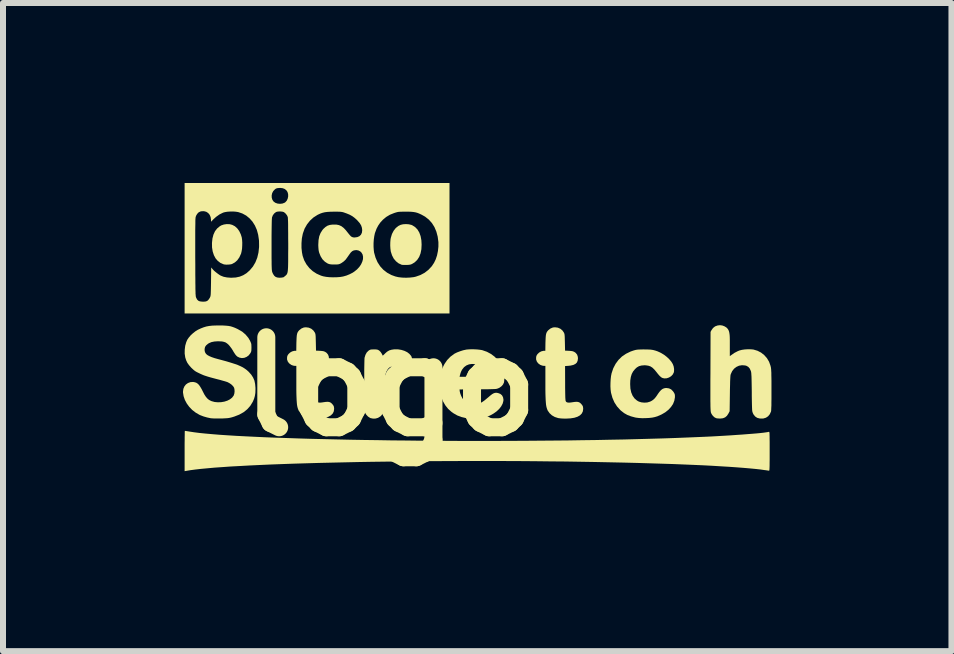
<source format=kicad_pcb>
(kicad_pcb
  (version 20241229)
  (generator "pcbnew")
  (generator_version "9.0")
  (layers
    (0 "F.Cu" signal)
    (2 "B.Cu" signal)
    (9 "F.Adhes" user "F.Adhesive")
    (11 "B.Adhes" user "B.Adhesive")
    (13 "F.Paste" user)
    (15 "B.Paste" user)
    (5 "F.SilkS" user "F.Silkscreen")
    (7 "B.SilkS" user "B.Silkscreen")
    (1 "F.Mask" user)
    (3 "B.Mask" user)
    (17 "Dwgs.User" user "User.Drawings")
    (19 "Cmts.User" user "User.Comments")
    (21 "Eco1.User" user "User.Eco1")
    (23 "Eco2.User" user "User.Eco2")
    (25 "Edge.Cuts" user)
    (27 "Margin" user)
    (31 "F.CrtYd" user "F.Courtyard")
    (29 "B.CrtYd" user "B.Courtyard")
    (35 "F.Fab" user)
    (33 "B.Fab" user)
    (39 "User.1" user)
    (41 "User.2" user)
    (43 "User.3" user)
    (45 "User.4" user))
  (footprint "logo"
    (layer "F.Cu")
    (at 3.46 3.393)
    (property "Reference" "logo" (at 0 0 0) (layer "F.SilkS") (effects (font (size 1.5 1.5) (thickness 0.3))))
    (attr board_only exclude_from_pos_files exclude_from_bom)
    (fp_poly (pts (xy -2.68 -2.706) (xy -2.639 -2.695) (xy -2.595 -2.672) (xy -2.556 -2.637) (xy -2.523 -2.592) (xy -2.497 -2.538) (xy -2.481 -2.487) (xy -2.475 -2.446) (xy -2.472 -2.398) (xy -2.473 -2.347) (xy -2.476 -2.296) (xy -2.484 -2.25) (xy -2.493 -2.213) (xy -2.494 -2.212) (xy -2.521 -2.153) (xy -2.556 -2.104) (xy -2.597 -2.068) (xy -2.645 -2.043) (xy -2.648 -2.041) (xy -2.673 -2.036) (xy -2.705 -2.033) (xy -2.739 -2.032) (xy -2.769 -2.035) (xy -2.783 -2.038) (xy -2.835 -2.06) (xy -2.88 -2.094) (xy -2.917 -2.137) (xy -2.945 -2.19) (xy -2.965 -2.251) (xy -2.976 -2.319) (xy -2.977 -2.394) (xy -2.977 -2.394) (xy -2.969 -2.469) (xy -2.952 -2.534) (xy -2.926 -2.59) (xy -2.891 -2.635) (xy -2.848 -2.671) (xy -2.823 -2.686) (xy -2.779 -2.701) (xy -2.73 -2.708)) (stroke (width 0) (type solid)) (fill yes) (layer "F.SilkS"))
    (fp_poly (pts (xy 0.302 -2.705) (xy 0.345 -2.695) (xy 0.362 -2.688) (xy 0.409 -2.658) (xy 0.448 -2.618) (xy 0.478 -2.568) (xy 0.5 -2.508) (xy 0.513 -2.439) (xy 0.517 -2.367) (xy 0.513 -2.288) (xy 0.499 -2.219) (xy 0.476 -2.16) (xy 0.443 -2.11) (xy 0.402 -2.071) (xy 0.365 -2.048) (xy 0.345 -2.038) (xy 0.325 -2.032) (xy 0.302 -2.029) (xy 0.271 -2.027) (xy 0.264 -2.027) (xy 0.234 -2.027) (xy 0.207 -2.028) (xy 0.188 -2.029) (xy 0.183 -2.031) (xy 0.133 -2.054) (xy 0.089 -2.089) (xy 0.052 -2.133) (xy 0.024 -2.187) (xy 0.004 -2.249) (xy 0.003 -2.254) (xy -0.003 -2.299) (xy -0.006 -2.351) (xy -0.005 -2.404) (xy -0.001 -2.454) (xy 0.004 -2.48) (xy 0.023 -2.543) (xy 0.051 -2.597) (xy 0.086 -2.642) (xy 0.128 -2.676) (xy 0.166 -2.695) (xy 0.207 -2.705) (xy 0.254 -2.708)) (stroke (width 0) (type solid)) (fill yes) (layer "F.SilkS"))
    (fp_poly (pts (xy 0.127 -0.62) (xy 0.181 -0.611) (xy 0.232 -0.595) (xy 0.277 -0.573) (xy 0.313 -0.545) (xy 0.34 -0.514) (xy 0.35 -0.496) (xy 0.357 -0.468) (xy 0.358 -0.435) (xy 0.355 -0.402) (xy 0.35 -0.384) (xy 0.334 -0.36) (xy 0.31 -0.336) (xy 0.283 -0.316) (xy 0.257 -0.305) (xy 0.241 -0.301) (xy 0.224 -0.301) (xy 0.202 -0.305) (xy 0.174 -0.312) (xy 0.119 -0.326) (xy 0.074 -0.334) (xy 0.039 -0.336) (xy 0.01 -0.332) (xy -0.013 -0.322) (xy -0.033 -0.305) (xy -0.051 -0.283) (xy -0.065 -0.258) (xy -0.077 -0.229) (xy -0.087 -0.194) (xy -0.094 -0.152) (xy -0.1 -0.101) (xy -0.104 -0.041) (xy -0.107 0.029) (xy -0.108 0.111) (xy -0.108 0.149) (xy -0.109 0.222) (xy -0.11 0.284) (xy -0.112 0.334) (xy -0.116 0.375) (xy -0.121 0.409) (xy -0.128 0.435) (xy -0.137 0.457) (xy -0.148 0.474) (xy -0.162 0.49) (xy -0.173 0.499) (xy -0.209 0.521) (xy -0.25 0.533) (xy -0.293 0.534) (xy -0.333 0.526) (xy -0.342 0.522) (xy -0.376 0.5) (xy -0.406 0.468) (xy -0.425 0.437) (xy -0.427 0.43) (xy -0.429 0.423) (xy -0.431 0.413) (xy -0.433 0.399) (xy -0.434 0.381) (xy -0.435 0.357) (xy -0.436 0.326) (xy -0.436 0.288) (xy -0.437 0.241) (xy -0.438 0.184) (xy -0.438 0.117) (xy -0.438 0.037) (xy -0.439 -0.016) (xy -0.439 -0.115) (xy -0.439 -0.203) (xy -0.439 -0.279) (xy -0.438 -0.344) (xy -0.437 -0.397) (xy -0.436 -0.438) (xy -0.435 -0.466) (xy -0.434 -0.48) (xy -0.419 -0.529) (xy -0.397 -0.569) (xy -0.367 -0.599) (xy -0.366 -0.599) (xy -0.351 -0.609) (xy -0.337 -0.615) (xy -0.321 -0.618) (xy -0.298 -0.619) (xy -0.278 -0.62) (xy -0.248 -0.619) (xy -0.228 -0.617) (xy -0.212 -0.613) (xy -0.198 -0.605) (xy -0.192 -0.602) (xy -0.168 -0.579) (xy -0.149 -0.551) (xy -0.139 -0.532) (xy -0.133 -0.519) (xy -0.131 -0.516) (xy -0.126 -0.519) (xy -0.114 -0.53) (xy -0.097 -0.546) (xy -0.094 -0.55) (xy -0.059 -0.581) (xy -0.024 -0.602) (xy 0.015 -0.614) (xy 0.062 -0.621) (xy 0.071 -0.621)) (stroke (width 0) (type solid)) (fill yes) (layer "F.SilkS"))
    (fp_poly (pts (xy -1.364 -0.982) (xy -1.322 -0.964) (xy -1.287 -0.935) (xy -1.268 -0.908) (xy -1.261 -0.897) (xy -1.257 -0.887) (xy -1.253 -0.875) (xy -1.251 -0.859) (xy -1.249 -0.838) (xy -1.248 -0.809) (xy -1.247 -0.769) (xy -1.246 -0.738) (xy -1.243 -0.599) (xy -1.178 -0.596) (xy -1.141 -0.593) (xy -1.113 -0.588) (xy -1.092 -0.579) (xy -1.073 -0.567) (xy -1.064 -0.559) (xy -1.042 -0.532) (xy -1.03 -0.498) (xy -1.028 -0.471) (xy -1.033 -0.432) (xy -1.046 -0.401) (xy -1.07 -0.378) (xy -1.104 -0.361) (xy -1.15 -0.35) (xy -1.185 -0.346) (xy -1.243 -0.342) (xy -1.242 -0.061) (xy -1.242 0.019) (xy -1.241 0.087) (xy -1.24 0.141) (xy -1.239 0.184) (xy -1.237 0.214) (xy -1.235 0.233) (xy -1.234 0.239) (xy -1.225 0.254) (xy -1.211 0.263) (xy -1.191 0.267) (xy -1.163 0.267) (xy -1.124 0.262) (xy -1.12 0.261) (xy -1.076 0.255) (xy -1.043 0.254) (xy -1.017 0.259) (xy -0.996 0.269) (xy -0.977 0.286) (xy -0.957 0.31) (xy -0.946 0.331) (xy -0.942 0.356) (xy -0.941 0.372) (xy -0.947 0.414) (xy -0.965 0.45) (xy -0.995 0.48) (xy -1.036 0.503) (xy -1.089 0.52) (xy -1.153 0.53) (xy -1.228 0.534) (xy -1.241 0.534) (xy -1.277 0.533) (xy -1.313 0.531) (xy -1.344 0.527) (xy -1.358 0.525) (xy -1.414 0.507) (xy -1.463 0.479) (xy -1.502 0.443) (xy -1.532 0.4) (xy -1.534 0.396) (xy -1.542 0.376) (xy -1.549 0.355) (xy -1.555 0.331) (xy -1.56 0.302) (xy -1.563 0.269) (xy -1.566 0.228) (xy -1.568 0.18) (xy -1.57 0.122) (xy -1.571 0.053) (xy -1.571 -0.027) (xy -1.571 -0.059) (xy -1.571 -0.345) (xy -1.597 -0.345) (xy -1.622 -0.349) (xy -1.65 -0.359) (xy -1.659 -0.364) (xy -1.692 -0.388) (xy -1.714 -0.418) (xy -1.726 -0.454) (xy -1.725 -0.491) (xy -1.72 -0.513) (xy -1.702 -0.542) (xy -1.675 -0.567) (xy -1.642 -0.586) (xy -1.607 -0.595) (xy -1.597 -0.596) (xy -1.572 -0.596) (xy -1.57 -0.73) (xy -1.568 -0.782) (xy -1.566 -0.823) (xy -1.563 -0.855) (xy -1.558 -0.88) (xy -1.551 -0.9) (xy -1.542 -0.916) (xy -1.529 -0.932) (xy -1.522 -0.94) (xy -1.486 -0.968) (xy -1.445 -0.985) (xy -1.411 -0.988)) (stroke (width 0) (type solid)) (fill yes) (layer "F.SilkS"))
    (fp_poly (pts (xy 2.787 -0.982) (xy 2.829 -0.964) (xy 2.864 -0.935) (xy 2.883 -0.908) (xy 2.89 -0.897) (xy 2.894 -0.887) (xy 2.898 -0.875) (xy 2.9 -0.859) (xy 2.902 -0.838) (xy 2.903 -0.809) (xy 2.904 -0.769) (xy 2.905 -0.738) (xy 2.908 -0.599) (xy 2.973 -0.596) (xy 3.01 -0.593) (xy 3.038 -0.588) (xy 3.059 -0.579) (xy 3.078 -0.567) (xy 3.087 -0.559) (xy 3.109 -0.532) (xy 3.12 -0.498) (xy 3.123 -0.471) (xy 3.118 -0.432) (xy 3.105 -0.401) (xy 3.081 -0.378) (xy 3.047 -0.361) (xy 3.001 -0.35) (xy 2.966 -0.346) (xy 2.908 -0.342) (xy 2.909 -0.061) (xy 2.909 0.019) (xy 2.91 0.086) (xy 2.911 0.14) (xy 2.912 0.182) (xy 2.914 0.212) (xy 2.916 0.231) (xy 2.917 0.239) (xy 2.926 0.254) (xy 2.94 0.263) (xy 2.96 0.267) (xy 2.988 0.267) (xy 3.027 0.262) (xy 3.031 0.261) (xy 3.075 0.255) (xy 3.108 0.254) (xy 3.134 0.259) (xy 3.155 0.269) (xy 3.174 0.286) (xy 3.194 0.31) (xy 3.205 0.331) (xy 3.209 0.356) (xy 3.21 0.372) (xy 3.204 0.414) (xy 3.186 0.45) (xy 3.156 0.48) (xy 3.115 0.503) (xy 3.062 0.52) (xy 2.998 0.53) (xy 2.923 0.534) (xy 2.909 0.534) (xy 2.874 0.533) (xy 2.838 0.531) (xy 2.807 0.527) (xy 2.793 0.525) (xy 2.737 0.507) (xy 2.688 0.479) (xy 2.649 0.443) (xy 2.619 0.4) (xy 2.617 0.396) (xy 2.609 0.376) (xy 2.602 0.355) (xy 2.596 0.331) (xy 2.591 0.302) (xy 2.588 0.269) (xy 2.585 0.228) (xy 2.583 0.18) (xy 2.581 0.122) (xy 2.58 0.053) (xy 2.58 -0.027) (xy 2.58 -0.059) (xy 2.58 -0.345) (xy 2.554 -0.345) (xy 2.529 -0.349) (xy 2.501 -0.359) (xy 2.491 -0.364) (xy 2.459 -0.388) (xy 2.437 -0.418) (xy 2.425 -0.454) (xy 2.426 -0.491) (xy 2.431 -0.513) (xy 2.449 -0.542) (xy 2.476 -0.567) (xy 2.509 -0.586) (xy 2.544 -0.595) (xy 2.554 -0.596) (xy 2.579 -0.596) (xy 2.581 -0.73) (xy 2.583 -0.782) (xy 2.585 -0.823) (xy 2.588 -0.855) (xy 2.593 -0.88) (xy 2.6 -0.9) (xy 2.609 -0.916) (xy 2.622 -0.932) (xy 2.629 -0.94) (xy 2.665 -0.968) (xy 2.706 -0.985) (xy 2.74 -0.988)) (stroke (width 0) (type solid)) (fill yes) (layer "F.SilkS"))
    (fp_poly (pts (xy 4.284 -0.618) (xy 4.332 -0.616) (xy 4.374 -0.61) (xy 4.412 -0.6) (xy 4.45 -0.587) (xy 4.492 -0.568) (xy 4.513 -0.557) (xy 4.559 -0.529) (xy 4.604 -0.494) (xy 4.645 -0.455) (xy 4.679 -0.415) (xy 4.703 -0.376) (xy 4.718 -0.336) (xy 4.725 -0.293) (xy 4.724 -0.254) (xy 4.72 -0.234) (xy 4.702 -0.2) (xy 4.675 -0.172) (xy 4.64 -0.151) (xy 4.602 -0.138) (xy 4.563 -0.136) (xy 4.532 -0.143) (xy 4.51 -0.155) (xy 4.485 -0.177) (xy 4.456 -0.21) (xy 4.431 -0.242) (xy 4.396 -0.284) (xy 4.364 -0.315) (xy 4.331 -0.336) (xy 4.295 -0.348) (xy 4.254 -0.354) (xy 4.232 -0.355) (xy 4.182 -0.351) (xy 4.14 -0.34) (xy 4.104 -0.319) (xy 4.074 -0.291) (xy 4.042 -0.252) (xy 4.019 -0.209) (xy 4.004 -0.16) (xy 3.995 -0.102) (xy 3.993 -0.041) (xy 3.997 0.034) (xy 4.011 0.098) (xy 4.034 0.153) (xy 4.066 0.198) (xy 4.107 0.233) (xy 4.137 0.25) (xy 4.18 0.263) (xy 4.229 0.268) (xy 4.278 0.265) (xy 4.322 0.252) (xy 4.327 0.25) (xy 4.354 0.236) (xy 4.377 0.22) (xy 4.398 0.201) (xy 4.42 0.175) (xy 4.445 0.14) (xy 4.452 0.128) (xy 4.481 0.088) (xy 4.507 0.059) (xy 4.532 0.04) (xy 4.558 0.029) (xy 4.587 0.024) (xy 4.598 0.024) (xy 4.64 0.03) (xy 4.676 0.047) (xy 4.706 0.077) (xy 4.719 0.095) (xy 4.731 0.116) (xy 4.737 0.133) (xy 4.739 0.152) (xy 4.739 0.177) (xy 4.739 0.179) (xy 4.729 0.235) (xy 4.708 0.289) (xy 4.674 0.34) (xy 4.631 0.387) (xy 4.578 0.429) (xy 4.516 0.465) (xy 4.448 0.495) (xy 4.405 0.508) (xy 4.362 0.517) (xy 4.31 0.523) (xy 4.252 0.526) (xy 4.194 0.527) (xy 4.14 0.524) (xy 4.092 0.518) (xy 4.076 0.515) (xy 4.006 0.496) (xy 3.946 0.473) (xy 3.893 0.443) (xy 3.844 0.405) (xy 3.829 0.392) (xy 3.774 0.331) (xy 3.73 0.263) (xy 3.697 0.187) (xy 3.674 0.103) (xy 3.673 0.098) (xy 3.667 0.051) (xy 3.664 -0.004) (xy 3.665 -0.063) (xy 3.668 -0.121) (xy 3.674 -0.175) (xy 3.683 -0.22) (xy 3.711 -0.304) (xy 3.75 -0.379) (xy 3.798 -0.444) (xy 3.856 -0.501) (xy 3.924 -0.547) (xy 4 -0.584) (xy 4.046 -0.6) (xy 4.07 -0.607) (xy 4.09 -0.612) (xy 4.111 -0.615) (xy 4.134 -0.617) (xy 4.164 -0.618) (xy 4.202 -0.619) (xy 4.225 -0.619)) (stroke (width 0) (type solid)) (fill yes) (layer "F.SilkS"))
    (fp_poly (pts (xy 5.529 -1.018) (xy 5.566 -1.004) (xy 5.598 -0.984) (xy 5.619 -0.962) (xy 5.629 -0.946) (xy 5.637 -0.929) (xy 5.643 -0.91) (xy 5.647 -0.888) (xy 5.651 -0.859) (xy 5.653 -0.824) (xy 5.654 -0.779) (xy 5.654 -0.723) (xy 5.654 -0.689) (xy 5.654 -0.507) (xy 5.673 -0.521) (xy 5.73 -0.561) (xy 5.786 -0.59) (xy 5.813 -0.601) (xy 5.855 -0.612) (xy 5.905 -0.619) (xy 5.958 -0.622) (xy 6.008 -0.621) (xy 6.048 -0.617) (xy 6.115 -0.597) (xy 6.175 -0.566) (xy 6.228 -0.524) (xy 6.273 -0.473) (xy 6.308 -0.414) (xy 6.332 -0.347) (xy 6.336 -0.33) (xy 6.339 -0.317) (xy 6.341 -0.302) (xy 6.343 -0.283) (xy 6.344 -0.26) (xy 6.346 -0.231) (xy 6.346 -0.195) (xy 6.347 -0.15) (xy 6.348 -0.096) (xy 6.348 -0.03) (xy 6.348 0.047) (xy 6.348 0.054) (xy 6.348 0.137) (xy 6.348 0.208) (xy 6.347 0.267) (xy 6.347 0.315) (xy 6.345 0.352) (xy 6.344 0.381) (xy 6.343 0.401) (xy 6.341 0.414) (xy 6.34 0.417) (xy 6.32 0.461) (xy 6.292 0.495) (xy 6.256 0.519) (xy 6.213 0.532) (xy 6.202 0.533) (xy 6.152 0.532) (xy 6.11 0.521) (xy 6.077 0.499) (xy 6.05 0.466) (xy 6.039 0.445) (xy 6.036 0.437) (xy 6.033 0.428) (xy 6.03 0.419) (xy 6.028 0.407) (xy 6.026 0.392) (xy 6.025 0.371) (xy 6.024 0.345) (xy 6.023 0.311) (xy 6.022 0.268) (xy 6.021 0.216) (xy 6.02 0.152) (xy 6.02 0.091) (xy 6.019 0.017) (xy 6.018 -0.046) (xy 6.017 -0.097) (xy 6.016 -0.139) (xy 6.015 -0.173) (xy 6.013 -0.199) (xy 6.012 -0.219) (xy 6.01 -0.235) (xy 6.008 -0.247) (xy 6.005 -0.257) (xy 6.003 -0.263) (xy 5.985 -0.302) (xy 5.962 -0.328) (xy 5.931 -0.346) (xy 5.909 -0.352) (xy 5.857 -0.356) (xy 5.808 -0.348) (xy 5.764 -0.328) (xy 5.725 -0.298) (xy 5.693 -0.257) (xy 5.67 -0.207) (xy 5.668 -0.2) (xy 5.665 -0.187) (xy 5.663 -0.163) (xy 5.661 -0.129) (xy 5.659 -0.084) (xy 5.658 -0.027) (xy 5.656 0.043) (xy 5.655 0.119) (xy 5.651 0.411) (xy 5.63 0.451) (xy 5.606 0.487) (xy 5.576 0.513) (xy 5.539 0.528) (xy 5.496 0.533) (xy 5.468 0.532) (xy 5.442 0.53) (xy 5.424 0.526) (xy 5.396 0.511) (xy 5.37 0.486) (xy 5.349 0.456) (xy 5.34 0.435) (xy 5.338 0.429) (xy 5.337 0.421) (xy 5.335 0.41) (xy 5.334 0.395) (xy 5.333 0.377) (xy 5.332 0.353) (xy 5.331 0.324) (xy 5.331 0.288) (xy 5.33 0.244) (xy 5.33 0.192) (xy 5.33 0.131) (xy 5.33 0.06) (xy 5.33 -0.022) (xy 5.33 -0.116) (xy 5.331 -0.222) (xy 5.331 -0.254) (xy 5.333 -0.911) (xy 5.347 -0.938) (xy 5.374 -0.976) (xy 5.408 -1.003) (xy 5.449 -1.018) (xy 5.49 -1.023)) (stroke (width 0) (type solid)) (fill yes) (layer "F.SilkS"))
    (fp_poly (pts (xy 1.399 -0.621) (xy 1.448 -0.618) (xy 1.492 -0.613) (xy 1.528 -0.607) (xy 1.53 -0.606) (xy 1.605 -0.58) (xy 1.674 -0.543) (xy 1.735 -0.497) (xy 1.788 -0.443) (xy 1.831 -0.382) (xy 1.864 -0.314) (xy 1.886 -0.242) (xy 1.896 -0.167) (xy 1.896 -0.149) (xy 1.895 -0.118) (xy 1.893 -0.09) (xy 1.89 -0.068) (xy 1.889 -0.066) (xy 1.873 -0.033) (xy 1.847 -0.004) (xy 1.814 0.02) (xy 1.796 0.028) (xy 1.786 0.032) (xy 1.777 0.035) (xy 1.766 0.038) (xy 1.753 0.04) (xy 1.737 0.041) (xy 1.715 0.042) (xy 1.686 0.043) (xy 1.65 0.044) (xy 1.605 0.045) (xy 1.549 0.045) (xy 1.482 0.046) (xy 1.453 0.046) (xy 1.149 0.048) (xy 1.153 0.083) (xy 1.162 0.118) (xy 1.177 0.157) (xy 1.197 0.195) (xy 1.218 0.225) (xy 1.245 0.248) (xy 1.28 0.269) (xy 1.318 0.285) (xy 1.355 0.294) (xy 1.356 0.295) (xy 1.402 0.295) (xy 1.451 0.287) (xy 1.498 0.272) (xy 1.518 0.263) (xy 1.537 0.251) (xy 1.564 0.232) (xy 1.593 0.208) (xy 1.623 0.183) (xy 1.628 0.179) (xy 1.664 0.148) (xy 1.693 0.126) (xy 1.718 0.112) (xy 1.74 0.105) (xy 1.762 0.103) (xy 1.787 0.107) (xy 1.792 0.108) (xy 1.829 0.122) (xy 1.857 0.146) (xy 1.874 0.178) (xy 1.881 0.216) (xy 1.88 0.238) (xy 1.868 0.284) (xy 1.844 0.329) (xy 1.81 0.373) (xy 1.766 0.414) (xy 1.714 0.451) (xy 1.656 0.483) (xy 1.594 0.508) (xy 1.566 0.516) (xy 1.53 0.523) (xy 1.484 0.528) (xy 1.433 0.532) (xy 1.38 0.533) (xy 1.329 0.532) (xy 1.284 0.529) (xy 1.255 0.525) (xy 1.179 0.507) (xy 1.111 0.481) (xy 1.048 0.445) (xy 1.018 0.424) (xy 0.961 0.374) (xy 0.913 0.314) (xy 0.873 0.245) (xy 0.843 0.168) (xy 0.823 0.084) (xy 0.814 -0.006) (xy 0.813 -0.046) (xy 0.818 -0.137) (xy 0.823 -0.163) (xy 1.15 -0.163) (xy 1.364 -0.163) (xy 1.416 -0.163) (xy 1.464 -0.163) (xy 1.505 -0.164) (xy 1.539 -0.164) (xy 1.563 -0.165) (xy 1.576 -0.166) (xy 1.578 -0.167) (xy 1.576 -0.175) (xy 1.572 -0.192) (xy 1.567 -0.212) (xy 1.548 -0.266) (xy 1.522 -0.308) (xy 1.487 -0.341) (xy 1.456 -0.358) (xy 1.406 -0.374) (xy 1.356 -0.377) (xy 1.307 -0.37) (xy 1.263 -0.352) (xy 1.224 -0.323) (xy 1.194 -0.285) (xy 1.193 -0.284) (xy 1.181 -0.262) (xy 1.172 -0.242) (xy 1.164 -0.219) (xy 1.156 -0.188) (xy 1.154 -0.181) (xy 1.15 -0.163) (xy 0.823 -0.163) (xy 0.835 -0.223) (xy 0.861 -0.303) (xy 0.898 -0.376) (xy 0.943 -0.442) (xy 0.997 -0.498) (xy 1.059 -0.544) (xy 1.065 -0.548) (xy 1.107 -0.569) (xy 1.157 -0.588) (xy 1.21 -0.605) (xy 1.261 -0.616) (xy 1.266 -0.617) (xy 1.304 -0.62) (xy 1.349 -0.622)) (stroke (width 0) (type solid)) (fill yes) (layer "F.SilkS"))
    (fp_poly (pts (xy -3.421 0.739) (xy -3.402 0.742) (xy -3.376 0.746) (xy -3.346 0.751) (xy -3.273 0.762) (xy -3.187 0.773) (xy -3.088 0.783) (xy -2.977 0.793) (xy -2.855 0.803) (xy -2.721 0.812) (xy -2.578 0.821) (xy -2.424 0.829) (xy -2.261 0.837) (xy -2.088 0.845) (xy -1.908 0.852) (xy -1.719 0.858) (xy -1.523 0.865) (xy -1.32 0.871) (xy -1.11 0.876) (xy -0.895 0.881) (xy -0.674 0.886) (xy -0.448 0.89) (xy -0.217 0.893) (xy 0.017 0.897) (xy 0.254 0.899) (xy 0.495 0.902) (xy 0.738 0.903) (xy 0.983 0.905) (xy 1.229 0.906) (xy 1.476 0.906) (xy 1.724 0.906) (xy 1.971 0.905) (xy 2.218 0.904) (xy 2.464 0.902) (xy 2.708 0.9) (xy 2.95 0.898) (xy 3.189 0.894) (xy 3.425 0.891) (xy 3.657 0.886) (xy 3.885 0.882) (xy 4.109 0.876) (xy 4.327 0.87) (xy 4.54 0.864) (xy 4.746 0.857) (xy 4.946 0.849) (xy 5.138 0.841) (xy 5.255 0.836) (xy 5.36 0.831) (xy 5.465 0.825) (xy 5.569 0.819) (xy 5.669 0.813) (xy 5.766 0.806) (xy 5.858 0.8) (xy 5.945 0.793) (xy 6.024 0.787) (xy 6.097 0.781) (xy 6.16 0.775) (xy 6.214 0.769) (xy 6.257 0.763) (xy 6.289 0.758) (xy 6.306 0.754) (xy 6.309 0.754) (xy 6.311 0.756) (xy 6.313 0.761) (xy 6.314 0.771) (xy 6.316 0.786) (xy 6.316 0.807) (xy 6.317 0.836) (xy 6.317 0.874) (xy 6.318 0.922) (xy 6.318 0.981) (xy 6.318 1.052) (xy 6.318 1.076) (xy 6.318 1.153) (xy 6.318 1.217) (xy 6.317 1.27) (xy 6.317 1.312) (xy 6.316 1.345) (xy 6.315 1.369) (xy 6.314 1.386) (xy 6.312 1.396) (xy 6.31 1.401) (xy 6.309 1.402) (xy 6.298 1.401) (xy 6.278 1.398) (xy 6.251 1.394) (xy 6.234 1.392) (xy 6.165 1.382) (xy 6.083 1.373) (xy 5.989 1.364) (xy 5.884 1.355) (xy 5.767 1.346) (xy 5.64 1.337) (xy 5.504 1.329) (xy 5.359 1.32) (xy 5.205 1.312) (xy 5.044 1.305) (xy 4.875 1.298) (xy 4.701 1.291) (xy 4.574 1.287) (xy 4.348 1.28) (xy 4.118 1.273) (xy 3.882 1.267) (xy 3.643 1.262) (xy 3.401 1.257) (xy 3.156 1.253) (xy 2.908 1.249) (xy 2.658 1.247) (xy 2.407 1.244) (xy 2.155 1.242) (xy 1.902 1.241) (xy 1.65 1.24) (xy 1.398 1.24) (xy 1.146 1.241) (xy 0.897 1.242) (xy 0.649 1.243) (xy 0.403 1.245) (xy 0.161 1.248) (xy -0.079 1.251) (xy -0.314 1.254) (xy -0.545 1.258) (xy -0.771 1.263) (xy -0.992 1.268) (xy -1.207 1.273) (xy -1.416 1.279) (xy -1.618 1.285) (xy -1.813 1.292) (xy -2 1.299) (xy -2.179 1.307) (xy -2.349 1.315) (xy -2.51 1.324) (xy -2.662 1.332) (xy -2.803 1.342) (xy -2.933 1.351) (xy -3.053 1.362) (xy -3.161 1.372) (xy -3.257 1.383) (xy -3.34 1.394) (xy -3.41 1.406) (xy -3.411 1.406) (xy -3.433 1.41) (xy -3.433 1.074) (xy -3.433 1.008) (xy -3.433 0.946) (xy -3.432 0.89) (xy -3.432 0.841) (xy -3.431 0.8) (xy -3.431 0.768) (xy -3.43 0.747) (xy -3.429 0.738) (xy -3.429 0.738)) (stroke (width 0) (type solid)) (fill yes) (layer "F.SilkS"))
    (fp_poly (pts (xy -2.794 -1.018) (xy -2.745 -1.015) (xy -2.703 -1.011) (xy -2.665 -1.004) (xy -2.63 -0.993) (xy -2.593 -0.979) (xy -2.552 -0.96) (xy -2.541 -0.954) (xy -2.473 -0.915) (xy -2.417 -0.867) (xy -2.371 -0.812) (xy -2.345 -0.768) (xy -2.333 -0.742) (xy -2.325 -0.722) (xy -2.321 -0.704) (xy -2.32 -0.681) (xy -2.319 -0.65) (xy -2.32 -0.619) (xy -2.321 -0.597) (xy -2.325 -0.581) (xy -2.331 -0.567) (xy -2.34 -0.552) (xy -2.367 -0.518) (xy -2.401 -0.494) (xy -2.439 -0.479) (xy -2.479 -0.475) (xy -2.517 -0.482) (xy -2.553 -0.499) (xy -2.57 -0.514) (xy -2.585 -0.531) (xy -2.602 -0.556) (xy -2.62 -0.584) (xy -2.626 -0.596) (xy -2.65 -0.634) (xy -2.678 -0.671) (xy -2.698 -0.695) (xy -2.724 -0.718) (xy -2.749 -0.735) (xy -2.777 -0.745) (xy -2.81 -0.752) (xy -2.852 -0.754) (xy -2.878 -0.755) (xy -2.937 -0.751) (xy -2.986 -0.741) (xy -3.028 -0.723) (xy -3.046 -0.711) (xy -3.075 -0.686) (xy -3.092 -0.661) (xy -3.099 -0.632) (xy -3.1 -0.608) (xy -3.096 -0.583) (xy -3.087 -0.561) (xy -3.073 -0.542) (xy -3.051 -0.524) (xy -3.022 -0.508) (xy -2.983 -0.491) (xy -2.933 -0.474) (xy -2.872 -0.457) (xy -2.823 -0.444) (xy -2.738 -0.421) (xy -2.665 -0.399) (xy -2.602 -0.379) (xy -2.548 -0.36) (xy -2.502 -0.34) (xy -2.462 -0.32) (xy -2.428 -0.298) (xy -2.397 -0.275) (xy -2.368 -0.249) (xy -2.363 -0.244) (xy -2.322 -0.198) (xy -2.292 -0.151) (xy -2.27 -0.101) (xy -2.258 -0.044) (xy -2.252 0.021) (xy -2.252 0.047) (xy -2.254 0.106) (xy -2.262 0.156) (xy -2.275 0.202) (xy -2.295 0.249) (xy -2.299 0.257) (xy -2.339 0.322) (xy -2.39 0.379) (xy -2.451 0.428) (xy -2.523 0.468) (xy -2.605 0.5) (xy -2.644 0.512) (xy -2.672 0.519) (xy -2.697 0.524) (xy -2.723 0.527) (xy -2.754 0.529) (xy -2.792 0.531) (xy -2.834 0.532) (xy -2.876 0.532) (xy -2.917 0.532) (xy -2.954 0.531) (xy -2.982 0.529) (xy -2.996 0.528) (xy -3.058 0.515) (xy -3.12 0.497) (xy -3.177 0.475) (xy -3.187 0.47) (xy -3.249 0.434) (xy -3.306 0.39) (xy -3.356 0.338) (xy -3.397 0.282) (xy -3.429 0.222) (xy -3.45 0.16) (xy -3.46 0.098) (xy -3.46 0.084) (xy -3.454 0.038) (xy -3.437 -0.002) (xy -3.411 -0.035) (xy -3.377 -0.059) (xy -3.337 -0.074) (xy -3.292 -0.077) (xy -3.268 -0.073) (xy -3.241 -0.065) (xy -3.217 -0.05) (xy -3.194 -0.028) (xy -3.172 0.004) (xy -3.148 0.045) (xy -3.131 0.079) (xy -3.105 0.13) (xy -3.079 0.17) (xy -3.053 0.2) (xy -3.025 0.223) (xy -2.993 0.239) (xy -2.984 0.243) (xy -2.933 0.257) (xy -2.879 0.262) (xy -2.824 0.26) (xy -2.771 0.251) (xy -2.721 0.235) (xy -2.678 0.213) (xy -2.642 0.185) (xy -2.617 0.152) (xy -2.614 0.147) (xy -2.604 0.115) (xy -2.6 0.078) (xy -2.603 0.041) (xy -2.609 0.018) (xy -2.624 -0.005) (xy -2.648 -0.03) (xy -2.678 -0.052) (xy -2.71 -0.07) (xy -2.721 -0.075) (xy -2.739 -0.081) (xy -2.768 -0.09) (xy -2.805 -0.1) (xy -2.846 -0.112) (xy -2.89 -0.123) (xy -2.898 -0.125) (xy -2.958 -0.141) (xy -3.006 -0.154) (xy -3.047 -0.166) (xy -3.081 -0.177) (xy -3.111 -0.187) (xy -3.14 -0.199) (xy -3.169 -0.212) (xy -3.196 -0.225) (xy -3.231 -0.242) (xy -3.258 -0.258) (xy -3.281 -0.276) (xy -3.305 -0.298) (xy -3.322 -0.314) (xy -3.359 -0.356) (xy -3.387 -0.395) (xy -3.407 -0.437) (xy -3.422 -0.484) (xy -3.423 -0.489) (xy -3.432 -0.55) (xy -3.431 -0.615) (xy -3.423 -0.68) (xy -3.406 -0.74) (xy -3.388 -0.781) (xy -3.364 -0.816) (xy -3.332 -0.854) (xy -3.293 -0.89) (xy -3.252 -0.922) (xy -3.213 -0.946) (xy -3.164 -0.969) (xy -3.118 -0.987) (xy -3.072 -1.001) (xy -3.024 -1.01) (xy -2.97 -1.016) (xy -2.908 -1.018) (xy -2.854 -1.019)) (stroke (width 0) (type solid)) (fill yes) (layer "F.SilkS"))
    (fp_poly (pts (xy 0.982 -2.306) (xy 0.982 -1.219) (xy -1.226 -1.219) (xy -3.433 -1.219) (xy -3.433 -2.306) (xy -3.433 -2.442) (xy -3.256 -2.442) (xy -3.256 -2.344) (xy -3.256 -2.232) (xy -3.256 -2.149) (xy -3.255 -2.042) (xy -3.255 -1.948) (xy -3.255 -1.865) (xy -3.254 -1.794) (xy -3.254 -1.732) (xy -3.253 -1.68) (xy -3.253 -1.636) (xy -3.252 -1.6) (xy -3.251 -1.571) (xy -3.251 -1.547) (xy -3.249 -1.529) (xy -3.248 -1.514) (xy -3.247 -1.503) (xy -3.245 -1.495) (xy -3.243 -1.488) (xy -3.241 -1.482) (xy -3.24 -1.48) (xy -3.225 -1.451) (xy -3.205 -1.431) (xy -3.179 -1.42) (xy -3.144 -1.416) (xy -3.128 -1.415) (xy -3.099 -1.416) (xy -3.078 -1.419) (xy -3.063 -1.425) (xy -3.053 -1.43) (xy -3.036 -1.446) (xy -3.02 -1.469) (xy -3.013 -1.48) (xy -3.009 -1.489) (xy -3.005 -1.498) (xy -3.002 -1.508) (xy -3 -1.52) (xy -2.998 -1.537) (xy -2.997 -1.56) (xy -2.996 -1.59) (xy -2.995 -1.628) (xy -2.994 -1.677) (xy -2.993 -1.737) (xy -2.993 -1.749) (xy -2.99 -1.985) (xy -2.965 -1.955) (xy -2.941 -1.93) (xy -2.91 -1.904) (xy -2.876 -1.878) (xy -2.844 -1.856) (xy -2.829 -1.848) (xy -2.783 -1.83) (xy -2.728 -1.819) (xy -2.663 -1.814) (xy -2.653 -1.814) (xy -2.58 -1.818) (xy -2.515 -1.832) (xy -2.456 -1.856) (xy -2.401 -1.89) (xy -2.348 -1.937) (xy -2.346 -1.939) (xy -2.294 -2.001) (xy -2.253 -2.071) (xy -2.222 -2.149) (xy -2.202 -2.234) (xy -2.192 -2.326) (xy -2.192 -2.364) (xy -1.984 -2.364) (xy -1.984 -2.276) (xy -1.984 -2.201) (xy -1.984 -2.137) (xy -1.983 -2.083) (xy -1.983 -2.039) (xy -1.982 -2.003) (xy -1.981 -1.975) (xy -1.98 -1.953) (xy -1.978 -1.936) (xy -1.976 -1.923) (xy -1.974 -1.913) (xy -1.974 -1.911) (xy -1.959 -1.877) (xy -1.939 -1.847) (xy -1.915 -1.827) (xy -1.914 -1.827) (xy -1.889 -1.818) (xy -1.857 -1.814) (xy -1.824 -1.815) (xy -1.818 -1.816) (xy -1.8 -1.819) (xy -1.788 -1.821) (xy -1.786 -1.821) (xy -1.779 -1.826) (xy -1.765 -1.837) (xy -1.754 -1.846) (xy -1.745 -1.854) (xy -1.737 -1.862) (xy -1.73 -1.871) (xy -1.725 -1.881) (xy -1.72 -1.894) (xy -1.716 -1.911) (xy -1.713 -1.932) (xy -1.711 -1.959) (xy -1.709 -1.992) (xy -1.708 -2.034) (xy -1.707 -2.084) (xy -1.707 -2.144) (xy -1.707 -2.214) (xy -1.706 -2.297) (xy -1.706 -2.37) (xy -1.706 -2.39) (xy -1.485 -2.39) (xy -1.485 -2.311) (xy -1.477 -2.236) (xy -1.466 -2.179) (xy -1.44 -2.104) (xy -1.402 -2.036) (xy -1.354 -1.975) (xy -1.297 -1.923) (xy -1.232 -1.881) (xy -1.16 -1.849) (xy -1.124 -1.838) (xy -1.077 -1.829) (xy -1.022 -1.823) (xy -0.961 -1.821) (xy -0.9 -1.822) (xy -0.843 -1.826) (xy -0.794 -1.834) (xy -0.79 -1.835) (xy -0.737 -1.85) (xy -0.683 -1.872) (xy -0.632 -1.898) (xy -0.605 -1.916) (xy -0.559 -1.953) (xy -0.521 -1.994) (xy -0.492 -2.037) (xy -0.472 -2.081) (xy -0.46 -2.124) (xy -0.459 -2.165) (xy -0.467 -2.202) (xy -0.486 -2.234) (xy -0.506 -2.253) (xy -0.537 -2.269) (xy -0.573 -2.275) (xy -0.609 -2.27) (xy -0.623 -2.265) (xy -0.637 -2.258) (xy -0.649 -2.248) (xy -0.663 -2.235) (xy -0.678 -2.215) (xy -0.698 -2.187) (xy -0.719 -2.157) (xy -0.748 -2.117) (xy -0.779 -2.087) (xy -0.814 -2.062) (xy -0.833 -2.051) (xy -0.848 -2.044) (xy -0.864 -2.039) (xy -0.883 -2.036) (xy -0.908 -2.035) (xy -0.938 -2.035) (xy -0.972 -2.035) (xy -0.997 -2.037) (xy -1.016 -2.04) (xy -1.033 -2.045) (xy -1.05 -2.052) (xy -1.095 -2.081) (xy -1.135 -2.121) (xy -1.166 -2.171) (xy -1.189 -2.228) (xy -1.195 -2.25) (xy -1.2 -2.276) (xy -1.203 -2.311) (xy -1.204 -2.33) (xy -0.284 -2.33) (xy -0.28 -2.273) (xy -0.275 -2.234) (xy -0.251 -2.149) (xy -0.218 -2.073) (xy -0.174 -2.005) (xy -0.121 -1.947) (xy -0.058 -1.898) (xy 0.014 -1.859) (xy 0.08 -1.835) (xy 0.132 -1.823) (xy 0.194 -1.816) (xy 0.259 -1.814) (xy 0.324 -1.817) (xy 0.385 -1.824) (xy 0.42 -1.832) (xy 0.497 -1.859) (xy 0.568 -1.897) (xy 0.631 -1.946) (xy 0.686 -2.005) (xy 0.724 -2.062) (xy 0.752 -2.12) (xy 0.774 -2.186) (xy 0.789 -2.259) (xy 0.797 -2.333) (xy 0.797 -2.406) (xy 0.797 -2.407) (xy 0.785 -2.499) (xy 0.763 -2.582) (xy 0.731 -2.658) (xy 0.689 -2.725) (xy 0.637 -2.783) (xy 0.575 -2.832) (xy 0.518 -2.864) (xy 0.482 -2.881) (xy 0.45 -2.894) (xy 0.419 -2.903) (xy 0.386 -2.909) (xy 0.349 -2.913) (xy 0.304 -2.915) (xy 0.251 -2.915) (xy 0.206 -2.915) (xy 0.172 -2.914) (xy 0.147 -2.913) (xy 0.126 -2.911) (xy 0.108 -2.907) (xy 0.09 -2.902) (xy 0.068 -2.895) (xy 0.061 -2.893) (xy -0.011 -2.864) (xy -0.073 -2.827) (xy -0.127 -2.782) (xy -0.172 -2.733) (xy -0.206 -2.684) (xy -0.234 -2.631) (xy -0.257 -2.569) (xy -0.262 -2.555) (xy -0.272 -2.507) (xy -0.28 -2.451) (xy -0.284 -2.391) (xy -0.284 -2.33) (xy -1.204 -2.33) (xy -1.205 -2.348) (xy -1.205 -2.367) (xy -1.201 -2.441) (xy -1.189 -2.505) (xy -1.167 -2.56) (xy -1.136 -2.609) (xy -1.12 -2.628) (xy -1.086 -2.659) (xy -1.052 -2.681) (xy -1.013 -2.694) (xy -0.967 -2.7) (xy -0.957 -2.7) (xy -0.905 -2.7) (xy -0.86 -2.691) (xy -0.82 -2.673) (xy -0.782 -2.644) (xy -0.745 -2.605) (xy -0.727 -2.582) (xy -0.699 -2.547) (xy -0.678 -2.522) (xy -0.661 -2.504) (xy -0.645 -2.494) (xy -0.629 -2.488) (xy -0.612 -2.485) (xy -0.598 -2.485) (xy -0.555 -2.491) (xy -0.52 -2.506) (xy -0.494 -2.531) (xy -0.478 -2.565) (xy -0.473 -2.607) (xy -0.478 -2.647) (xy -0.491 -2.686) (xy -0.515 -2.725) (xy -0.551 -2.766) (xy -0.561 -2.777) (xy -0.6 -2.812) (xy -0.638 -2.84) (xy -0.681 -2.864) (xy -0.731 -2.885) (xy -0.754 -2.893) (xy -0.776 -2.901) (xy -0.795 -2.907) (xy -0.812 -2.91) (xy -0.831 -2.913) (xy -0.855 -2.914) (xy -0.886 -2.915) (xy -0.926 -2.915) (xy -0.941 -2.915) (xy -1.002 -2.914) (xy -1.052 -2.911) (xy -1.094 -2.906) (xy -1.132 -2.897) (xy -1.168 -2.885) (xy -1.205 -2.868) (xy -1.219 -2.861) (xy -1.286 -2.818) (xy -1.344 -2.765) (xy -1.393 -2.703) (xy -1.433 -2.633) (xy -1.461 -2.555) (xy -1.465 -2.539) (xy -1.479 -2.468) (xy -1.485 -2.39) (xy -1.706 -2.39) (xy -1.707 -2.469) (xy -1.707 -2.557) (xy -1.708 -2.633) (xy -1.708 -2.697) (xy -1.709 -2.749) (xy -1.711 -2.787) (xy -1.712 -2.813) (xy -1.714 -2.826) (xy -1.726 -2.853) (xy -1.747 -2.881) (xy -1.772 -2.903) (xy -1.782 -2.909) (xy -1.802 -2.915) (xy -1.831 -2.918) (xy -1.862 -2.918) (xy -1.89 -2.915) (xy -1.909 -2.909) (xy -1.938 -2.887) (xy -1.962 -2.856) (xy -1.976 -2.82) (xy -1.977 -2.817) (xy -1.978 -2.801) (xy -1.98 -2.772) (xy -1.981 -2.729) (xy -1.982 -2.672) (xy -1.983 -2.602) (xy -1.984 -2.519) (xy -1.984 -2.422) (xy -1.984 -2.364) (xy -2.192 -2.364) (xy -2.193 -2.425) (xy -2.194 -2.441) (xy -2.207 -2.53) (xy -2.229 -2.611) (xy -2.261 -2.684) (xy -2.302 -2.749) (xy -2.351 -2.804) (xy -2.407 -2.85) (xy -2.471 -2.885) (xy -2.542 -2.909) (xy -2.544 -2.909) (xy -2.583 -2.915) (xy -2.628 -2.918) (xy -2.676 -2.917) (xy -2.722 -2.914) (xy -2.763 -2.907) (xy -2.791 -2.899) (xy -2.85 -2.87) (xy -2.908 -2.829) (xy -2.951 -2.79) (xy -2.993 -2.747) (xy -2.993 -2.777) (xy -2.999 -2.823) (xy -3.015 -2.862) (xy -3.04 -2.892) (xy -3.072 -2.913) (xy -3.11 -2.923) (xy -3.152 -2.922) (xy -3.17 -2.918) (xy -3.199 -2.904) (xy -3.223 -2.879) (xy -3.242 -2.847) (xy -3.25 -2.822) (xy -3.251 -2.81) (xy -3.253 -2.789) (xy -3.254 -2.758) (xy -3.254 -2.717) (xy -3.255 -2.666) (xy -3.256 -2.603) (xy -3.256 -2.528) (xy -3.256 -2.442) (xy -3.433 -2.442) (xy -3.433 -3.186) (xy -1.982 -3.186) (xy -1.981 -3.149) (xy -1.971 -3.115) (xy -1.951 -3.085) (xy -1.921 -3.063) (xy -1.921 -3.063) (xy -1.884 -3.05) (xy -1.844 -3.046) (xy -1.804 -3.05) (xy -1.769 -3.063) (xy -1.756 -3.071) (xy -1.731 -3.098) (xy -1.715 -3.132) (xy -1.707 -3.17) (xy -1.708 -3.208) (xy -1.718 -3.243) (xy -1.736 -3.27) (xy -1.764 -3.293) (xy -1.798 -3.306) (xy -1.839 -3.311) (xy -1.853 -3.31) (xy -1.88 -3.308) (xy -1.899 -3.304) (xy -1.915 -3.297) (xy -1.928 -3.287) (xy -1.956 -3.258) (xy -1.974 -3.223) (xy -1.982 -3.186) (xy -3.433 -3.186) (xy -3.433 -3.393) (xy -1.226 -3.393) (xy 0.982 -3.393)) (stroke (width 0) (type solid)) (fill yes) (layer "F.SilkS")))
  (gr_rect
    (start -3 -3)
    (end 12.808 7.803)
    (stroke (width 0.1) (type default))
    (fill no)
    (layer "Edge.Cuts")))
</source>
